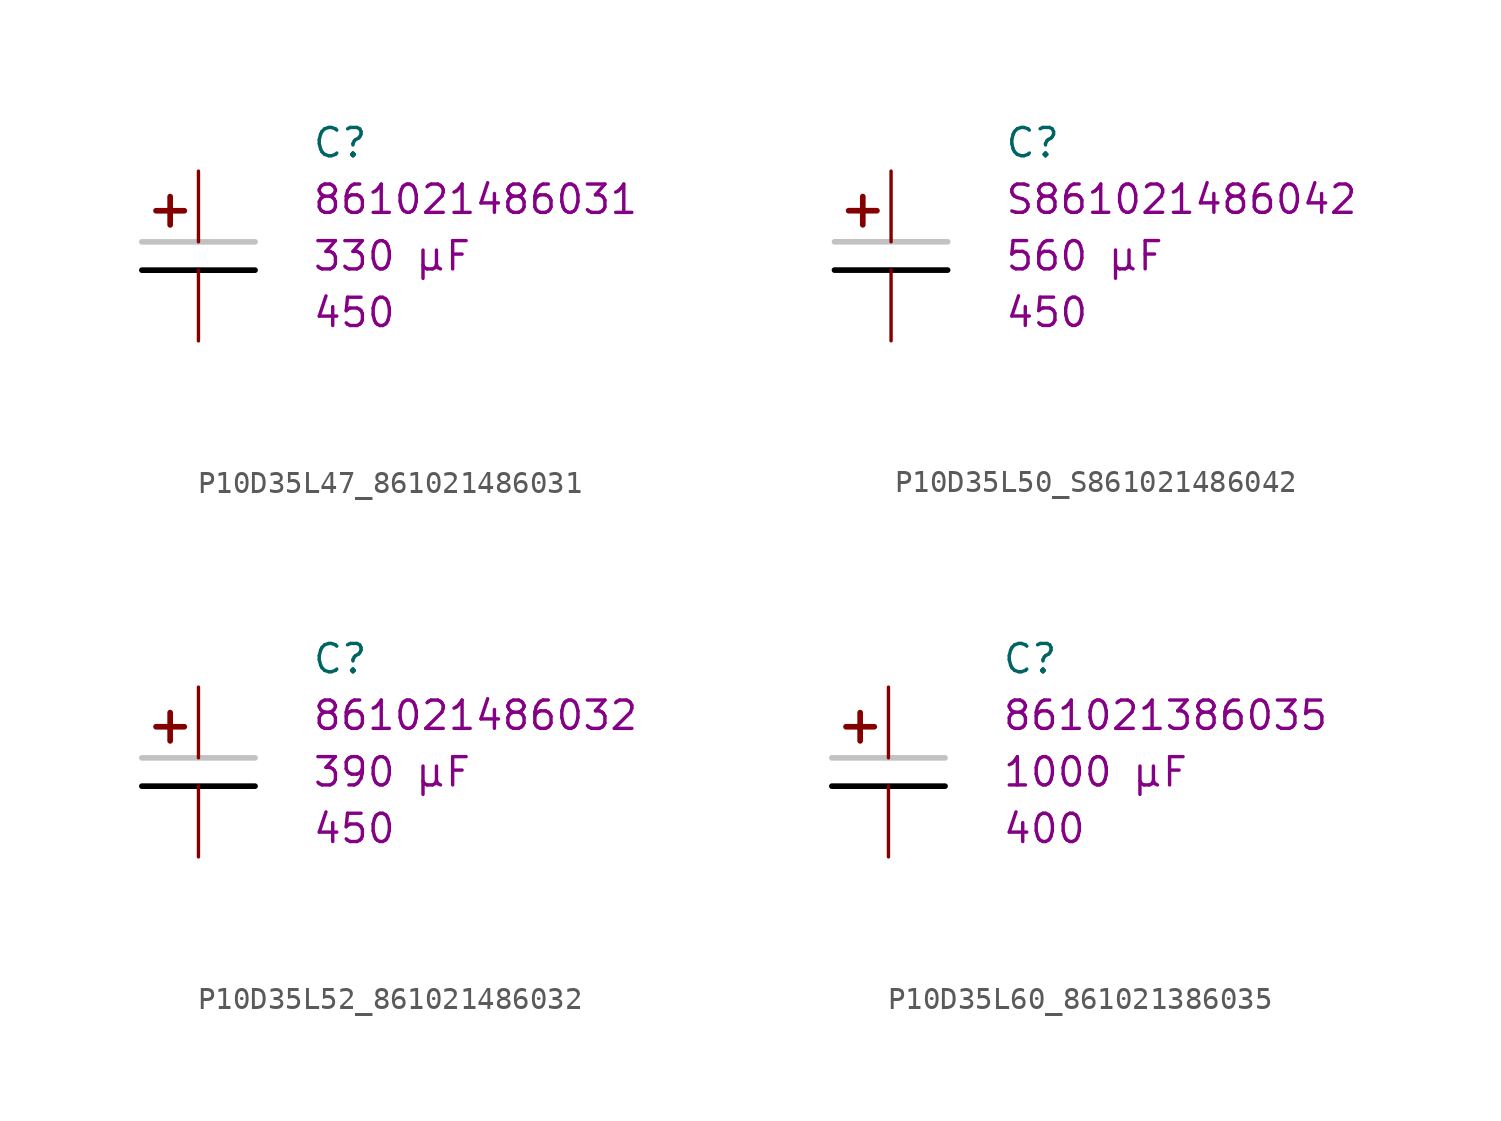
<source format=kicad_sym>
(kicad_symbol_lib
  (version 20220914)
  (generator kicad_symbol_editor)
  (symbol "P10D35L47_861021486031"
    (pin_numbers hide)
    (pin_names hide)
    (property "Reference" "C"
      (at 5.08 5.08 0)
      (effects (font (size 1.27 1.27)) (justify left)))
    (property "Part Number" "861021486031"
      (at 5.08 2.54 0)
      (effects (font (size 1.27 1.27)) (justify left)))
    (property "Capacitance" "330 µF"
      (at 5.08 0 0)
      (effects (font (size 1.27 1.27)) (justify left)))
    (property "Voltage" "450"
      (at 5.08 -2.54 0)
      (effects (font (size 1.27 1.27)) (justify left)))
    (property "Critical Parameter" ""
      (at 0 -7.62 0)
      (effects (font (size 1.27 1.27))))
    (symbol "P10D35L47_861021486031_1_1"
      (polyline (pts (xy -1.27 2.667) (xy -1.27 1.397)) (stroke (width 0.254) (type default)) (fill (type none)))
      (polyline (pts (xy -0.635 2.032) (xy -1.905 2.032)) (stroke (width 0.254) (type default)) (fill (type none)))
      (polyline (pts (xy 2.54 -0.635) (xy -2.54 -0.635)) (stroke (width 0.254) (type default) (color 0 0 0 1)) (fill (type none)))
      (polyline (pts (xy 2.54 0.635) (xy -2.54 0.635)) (stroke (width 0.254) (type default) (color 194 194 194 1)) (fill (type none)))
      (pin passive line (at 0 3.81 270) (length 3.175) (name "1" (effects (font (size 1.27 1.27)))) (number "1" (effects (font (size 1.27 1.27)))))
      (pin passive line (at 0 -3.81 90) (length 3.175) (name "2" (effects (font (size 1.27 1.27)))) (number "2" (effects (font (size 1.27 1.27)))))))
  (symbol "P10D35L50_S861021486042"
    (pin_numbers hide)
    (pin_names hide)
    (property "Reference" "C"
      (at 5.08 5.08 0)
      (effects (font (size 1.27 1.27)) (justify left)))
    (property "Part Number" "S861021486042"
      (at 5.08 2.54 0)
      (effects (font (size 1.27 1.27)) (justify left)))
    (property "Capacitance" "560 µF"
      (at 5.08 0 0)
      (effects (font (size 1.27 1.27)) (justify left)))
    (property "Voltage" "450"
      (at 5.08 -2.54 0)
      (effects (font (size 1.27 1.27)) (justify left)))
    (property "Critical Parameter" ""
      (at 0 -7.62 0)
      (effects (font (size 1.27 1.27))))
    (symbol "P10D35L50_S861021486042_1_1"
      (polyline (pts (xy -1.27 2.667) (xy -1.27 1.397)) (stroke (width 0.254) (type default)) (fill (type none)))
      (polyline (pts (xy -0.635 2.032) (xy -1.905 2.032)) (stroke (width 0.254) (type default)) (fill (type none)))
      (polyline (pts (xy 2.54 -0.635) (xy -2.54 -0.635)) (stroke (width 0.254) (type default) (color 0 0 0 1)) (fill (type none)))
      (polyline (pts (xy 2.54 0.635) (xy -2.54 0.635)) (stroke (width 0.254) (type default) (color 194 194 194 1)) (fill (type none)))
      (pin passive line (at 0 3.81 270) (length 3.175) (name "1" (effects (font (size 1.27 1.27)))) (number "1" (effects (font (size 1.27 1.27)))))
      (pin passive line (at 0 -3.81 90) (length 3.175) (name "2" (effects (font (size 1.27 1.27)))) (number "2" (effects (font (size 1.27 1.27)))))))
  (symbol "P10D35L52_861021486032"
    (pin_numbers hide)
    (pin_names hide)
    (property "Reference" "C"
      (at 5.08 5.08 0)
      (effects (font (size 1.27 1.27)) (justify left)))
    (property "Part Number" "861021486032"
      (at 5.08 2.54 0)
      (effects (font (size 1.27 1.27)) (justify left)))
    (property "Capacitance" "390 µF"
      (at 5.08 0 0)
      (effects (font (size 1.27 1.27)) (justify left)))
    (property "Voltage" "450"
      (at 5.08 -2.54 0)
      (effects (font (size 1.27 1.27)) (justify left)))
    (property "Critical Parameter" ""
      (at 0 -7.62 0)
      (effects (font (size 1.27 1.27))))
    (symbol "P10D35L52_861021486032_1_1"
      (polyline (pts (xy -1.27 2.667) (xy -1.27 1.397)) (stroke (width 0.254) (type default)) (fill (type none)))
      (polyline (pts (xy -0.635 2.032) (xy -1.905 2.032)) (stroke (width 0.254) (type default)) (fill (type none)))
      (polyline (pts (xy 2.54 -0.635) (xy -2.54 -0.635)) (stroke (width 0.254) (type default) (color 0 0 0 1)) (fill (type none)))
      (polyline (pts (xy 2.54 0.635) (xy -2.54 0.635)) (stroke (width 0.254) (type default) (color 194 194 194 1)) (fill (type none)))
      (pin passive line (at 0 3.81 270) (length 3.175) (name "1" (effects (font (size 1.27 1.27)))) (number "1" (effects (font (size 1.27 1.27)))))
      (pin passive line (at 0 -3.81 90) (length 3.175) (name "2" (effects (font (size 1.27 1.27)))) (number "2" (effects (font (size 1.27 1.27)))))))
  (symbol "P10D35L60_861021386035"
    (pin_numbers hide)
    (pin_names hide)
    (property "Reference" "C"
      (at 5.08 5.08 0)
      (effects (font (size 1.27 1.27)) (justify left)))
    (property "Part Number" "861021386035"
      (at 5.08 2.54 0)
      (effects (font (size 1.27 1.27)) (justify left)))
    (property "Capacitance" "1000 µF"
      (at 5.08 0 0)
      (effects (font (size 1.27 1.27)) (justify left)))
    (property "Voltage" "400"
      (at 5.08 -2.54 0)
      (effects (font (size 1.27 1.27)) (justify left)))
    (property "Critical Parameter" ""
      (at 0 -7.62 0)
      (effects (font (size 1.27 1.27))))
    (symbol "P10D35L60_861021386035_1_1"
      (polyline (pts (xy -1.27 2.667) (xy -1.27 1.397)) (stroke (width 0.254) (type default)) (fill (type none)))
      (polyline (pts (xy -0.635 2.032) (xy -1.905 2.032)) (stroke (width 0.254) (type default)) (fill (type none)))
      (polyline (pts (xy 2.54 -0.635) (xy -2.54 -0.635)) (stroke (width 0.254) (type default) (color 0 0 0 1)) (fill (type none)))
      (polyline (pts (xy 2.54 0.635) (xy -2.54 0.635)) (stroke (width 0.254) (type default) (color 194 194 194 1)) (fill (type none)))
      (pin passive line (at 0 3.81 270) (length 3.175) (name "1" (effects (font (size 1.27 1.27)))) (number "1" (effects (font (size 1.27 1.27)))))
      (pin passive line (at 0 -3.81 90) (length 3.175) (name "2" (effects (font (size 1.27 1.27)))) (number "2" (effects (font (size 1.27 1.27))))))))
</source>
